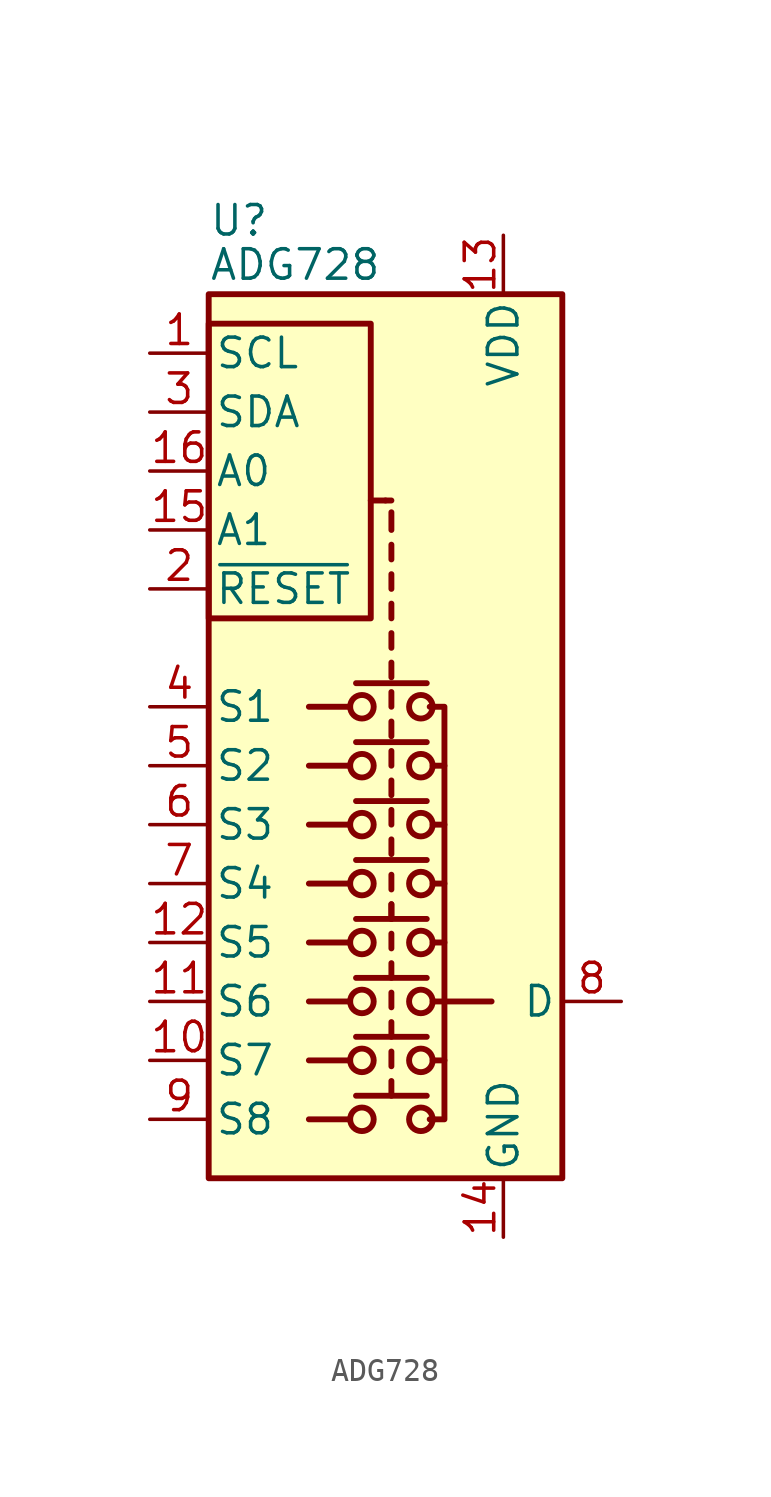
<source format=kicad_sym>
(kicad_symbol_lib
  (version 20211014)
  (generator kicad_symbol_editor)
  (symbol "ADG728"
    (pin_names
      (offset 0.254))
    (property "Reference" "U"
      (at -7.62 23.495 0)
      (effects (font (size 1.27 1.27)) (justify left)))
    (property "Value" "ADG728"
      (at -7.62 21.59 0)
      (effects (font (size 1.27 1.27)) (justify left)))
    (symbol "ADG728_0_1"
      (rectangle (start -7.62 6.35) (end -0.635 19.05) (stroke (width 0.254) (type default) (color 0 0 0 0)) (fill (type none)))
      (rectangle (start -7.62 20.32) (end 7.62 -17.78) (stroke (width 0.254) (type default) (color 0 0 0 0)) (fill (type background)))
      (circle (center -1.016 -15.24) (radius 0.508) (stroke (width 0.254) (type default) (color 0 0 0 0)) (fill (type none)))
      (circle (center -1.016 -12.7) (radius 0.508) (stroke (width 0.254) (type default) (color 0 0 0 0)) (fill (type none)))
      (circle (center -1.016 -10.16) (radius 0.508) (stroke (width 0.254) (type default) (color 0 0 0 0)) (fill (type none)))
      (circle (center -1.016 -7.62) (radius 0.508) (stroke (width 0.254) (type default) (color 0 0 0 0)) (fill (type none)))
      (circle (center -1.016 -5.08) (radius 0.508) (stroke (width 0.254) (type default) (color 0 0 0 0)) (fill (type none)))
      (circle (center -1.016 -2.54) (radius 0.508) (stroke (width 0.254) (type default) (color 0 0 0 0)) (fill (type none)))
      (circle (center -1.016 0) (radius 0.508) (stroke (width 0.254) (type default) (color 0 0 0 0)) (fill (type none)))
      (circle (center -1.016 2.54) (radius 0.508) (stroke (width 0.254) (type default) (color 0 0 0 0)) (fill (type none)))
      (polyline (pts (xy -1.524 -15.24) (xy -3.302 -15.24)) (stroke (width 0.254) (type default) (color 0 0 0 0)) (fill (type none)))
      (polyline (pts (xy -1.524 -12.7) (xy -3.302 -12.7)) (stroke (width 0.254) (type default) (color 0 0 0 0)) (fill (type none)))
      (polyline (pts (xy -1.524 -10.16) (xy -3.302 -10.16)) (stroke (width 0.254) (type default) (color 0 0 0 0)) (fill (type none)))
      (polyline (pts (xy -1.524 -7.62) (xy -3.302 -7.62)) (stroke (width 0.254) (type default) (color 0 0 0 0)) (fill (type none)))
      (polyline (pts (xy -1.524 -5.08) (xy -3.302 -5.08)) (stroke (width 0.254) (type default) (color 0 0 0 0)) (fill (type none)))
      (polyline (pts (xy -1.524 -2.54) (xy -3.302 -2.54)) (stroke (width 0.254) (type default) (color 0 0 0 0)) (fill (type none)))
      (polyline (pts (xy -1.524 0) (xy -3.302 0)) (stroke (width 0.254) (type default) (color 0 0 0 0)) (fill (type none)))
      (polyline (pts (xy -1.524 2.54) (xy -3.302 2.54)) (stroke (width 0.254) (type default) (color 0 0 0 0)) (fill (type none)))
      (polyline (pts (xy -1.27 -14.224) (xy 1.778 -14.224)) (stroke (width 0.254) (type default) (color 0 0 0 0)) (fill (type none)))
      (polyline (pts (xy -1.27 -11.684) (xy 1.778 -11.684)) (stroke (width 0.254) (type default) (color 0 0 0 0)) (fill (type none)))
      (polyline (pts (xy -1.27 -9.144) (xy 1.778 -9.144)) (stroke (width 0.254) (type default) (color 0 0 0 0)) (fill (type none)))
      (polyline (pts (xy -1.27 -6.604) (xy 1.778 -6.604)) (stroke (width 0.254) (type default) (color 0 0 0 0)) (fill (type none)))
      (polyline (pts (xy -1.27 -4.064) (xy 1.778 -4.064)) (stroke (width 0.254) (type default) (color 0 0 0 0)) (fill (type none)))
      (polyline (pts (xy -1.27 -1.524) (xy 1.778 -1.524)) (stroke (width 0.254) (type default) (color 0 0 0 0)) (fill (type none)))
      (polyline (pts (xy -1.27 1.016) (xy 1.778 1.016)) (stroke (width 0.254) (type default) (color 0 0 0 0)) (fill (type none)))
      (polyline (pts (xy -1.27 3.556) (xy 1.778 3.556)) (stroke (width 0.254) (type default) (color 0 0 0 0)) (fill (type none)))
      (polyline (pts (xy -0.635 11.43) (xy 0 11.43)) (stroke (width 0.254) (type default) (color 0 0 0 0)) (fill (type none)))
      (polyline (pts (xy 0.254 -14.224) (xy 0.254 -13.589)) (stroke (width 0.254) (type default) (color 0 0 0 0)) (fill (type none)))
      (polyline (pts (xy 0.254 -12.954) (xy 0.254 -12.319)) (stroke (width 0.254) (type default) (color 0 0 0 0)) (fill (type none)))
      (polyline (pts (xy 0.254 -11.684) (xy 0.254 -11.049)) (stroke (width 0.254) (type default) (color 0 0 0 0)) (fill (type none)))
      (polyline (pts (xy 0.254 -10.414) (xy 0.254 -9.779)) (stroke (width 0.254) (type default) (color 0 0 0 0)) (fill (type none)))
      (polyline (pts (xy 0.254 -9.144) (xy 0.254 -8.509)) (stroke (width 0.254) (type default) (color 0 0 0 0)) (fill (type none)))
      (polyline (pts (xy 0.254 -7.874) (xy 0.254 -7.239)) (stroke (width 0.254) (type default) (color 0 0 0 0)) (fill (type none)))
      (polyline (pts (xy 0.254 -6.604) (xy 0.254 -5.969)) (stroke (width 0.254) (type default) (color 0 0 0 0)) (fill (type none)))
      (polyline (pts (xy 0.254 -6.604) (xy 0.254 -5.969)) (stroke (width 0.254) (type default) (color 0 0 0 0)) (fill (type none)))
      (polyline (pts (xy 0.254 -5.334) (xy 0.254 -4.699)) (stroke (width 0.254) (type default) (color 0 0 0 0)) (fill (type none)))
      (polyline (pts (xy 0.254 -3.81) (xy 0.254 -3.175)) (stroke (width 0.254) (type default) (color 0 0 0 0)) (fill (type none)))
      (polyline (pts (xy 0.254 -2.54) (xy 0.254 -1.905)) (stroke (width 0.254) (type default) (color 0 0 0 0)) (fill (type none)))
      (polyline (pts (xy 0.254 -1.27) (xy 0.254 -0.635)) (stroke (width 0.254) (type default) (color 0 0 0 0)) (fill (type none)))
      (polyline (pts (xy 0.254 0) (xy 0.254 0.635)) (stroke (width 0.254) (type default) (color 0 0 0 0)) (fill (type none)))
      (polyline (pts (xy 0.254 1.27) (xy 0.254 1.905)) (stroke (width 0.254) (type default) (color 0 0 0 0)) (fill (type none)))
      (polyline (pts (xy 0.254 2.54) (xy 0.254 3.175)) (stroke (width 0.254) (type default) (color 0 0 0 0)) (fill (type none)))
      (polyline (pts (xy 0.254 3.81) (xy 0.254 4.445)) (stroke (width 0.254) (type default) (color 0 0 0 0)) (fill (type none)))
      (polyline (pts (xy 0.254 5.08) (xy 0.254 5.715)) (stroke (width 0.254) (type default) (color 0 0 0 0)) (fill (type none)))
      (polyline (pts (xy 0.254 6.35) (xy 0.254 6.985)) (stroke (width 0.254) (type default) (color 0 0 0 0)) (fill (type none)))
      (polyline (pts (xy 0.254 7.62) (xy 0.254 8.255)) (stroke (width 0.254) (type default) (color 0 0 0 0)) (fill (type none)))
      (polyline (pts (xy 0.254 8.89) (xy 0.254 9.525)) (stroke (width 0.254) (type default) (color 0 0 0 0)) (fill (type none)))
      (polyline (pts (xy 0.254 10.16) (xy 0.254 10.922)) (stroke (width 0.254) (type default) (color 0 0 0 0)) (fill (type none)))
      (polyline (pts (xy 0.254 11.43) (xy 0 11.43)) (stroke (width 0.254) (type default) (color 0 0 0 0)) (fill (type none)))
      (polyline (pts (xy 2.032 -12.7) (xy 2.54 -12.7)) (stroke (width 0.254) (type default) (color 0 0 0 0)) (fill (type none)))
      (polyline (pts (xy 2.032 -10.16) (xy 2.54 -10.16)) (stroke (width 0.254) (type default) (color 0 0 0 0)) (fill (type none)))
      (polyline (pts (xy 2.032 -7.62) (xy 2.54 -7.62)) (stroke (width 0.254) (type default) (color 0 0 0 0)) (fill (type none)))
      (polyline (pts (xy 2.032 -5.08) (xy 2.54 -5.08)) (stroke (width 0.254) (type default) (color 0 0 0 0)) (fill (type none)))
      (polyline (pts (xy 2.032 -2.54) (xy 2.54 -2.54)) (stroke (width 0.254) (type default) (color 0 0 0 0)) (fill (type none)))
      (polyline (pts (xy 2.032 0) (xy 2.54 0)) (stroke (width 0.254) (type default) (color 0 0 0 0)) (fill (type none)))
      (polyline (pts (xy 4.572 -10.16) (xy 2.54 -10.16)) (stroke (width 0.254) (type default) (color 0 0 0 0)) (fill (type none)))
      (polyline (pts (xy 1.905 2.54) (xy 2.54 2.54) (xy 2.54 -15.24) (xy 1.905 -15.24)) (stroke (width 0.254) (type default) (color 0 0 0 0)) (fill (type none)))
      (circle (center 1.524 -15.24) (radius 0.508) (stroke (width 0.254) (type default) (color 0 0 0 0)) (fill (type none)))
      (circle (center 1.524 -12.7) (radius 0.508) (stroke (width 0.254) (type default) (color 0 0 0 0)) (fill (type none)))
      (circle (center 1.524 -10.16) (radius 0.508) (stroke (width 0.254) (type default) (color 0 0 0 0)) (fill (type none)))
      (circle (center 1.524 -7.62) (radius 0.508) (stroke (width 0.254) (type default) (color 0 0 0 0)) (fill (type none)))
      (circle (center 1.524 -5.08) (radius 0.508) (stroke (width 0.254) (type default) (color 0 0 0 0)) (fill (type none)))
      (circle (center 1.524 -2.54) (radius 0.508) (stroke (width 0.254) (type default) (color 0 0 0 0)) (fill (type none)))
      (circle (center 1.524 0) (radius 0.508) (stroke (width 0.254) (type default) (color 0 0 0 0)) (fill (type none)))
      (circle (center 1.524 2.54) (radius 0.508) (stroke (width 0.254) (type default) (color 0 0 0 0)) (fill (type none))))
    (symbol "ADG728_1_1"
      (pin input line (at -10.16 17.78 0) (length 2.54) (name "SCL" (effects (font (size 1.27 1.27)))) (number "1" (effects (font (size 1.27 1.27)))))
      (pin bidirectional line (at -10.16 -12.7 0) (length 2.54) (name "S7" (effects (font (size 1.27 1.27)))) (number "10" (effects (font (size 1.27 1.27)))))
      (pin bidirectional line (at -10.16 -10.16 0) (length 2.54) (name "S6" (effects (font (size 1.27 1.27)))) (number "11" (effects (font (size 1.27 1.27)))))
      (pin bidirectional line (at -10.16 -7.62 0) (length 2.54) (name "S5" (effects (font (size 1.27 1.27)))) (number "12" (effects (font (size 1.27 1.27)))))
      (pin power_in line (at 5.08 22.86 270) (length 2.54) (name "VDD" (effects (font (size 1.27 1.27)))) (number "13" (effects (font (size 1.27 1.27)))))
      (pin power_in line (at 5.08 -20.32 90) (length 2.54) (name "GND" (effects (font (size 1.27 1.27)))) (number "14" (effects (font (size 1.27 1.27)))))
      (pin input line (at -10.16 10.16 0) (length 2.54) (name "A1" (effects (font (size 1.27 1.27)))) (number "15" (effects (font (size 1.27 1.27)))))
      (pin input line (at -10.16 12.7 0) (length 2.54) (name "A0" (effects (font (size 1.27 1.27)))) (number "16" (effects (font (size 1.27 1.27)))))
      (pin input line (at -10.16 7.62 0) (length 2.54) (name "~{RESET}" (effects (font (size 1.27 1.27)))) (number "2" (effects (font (size 1.27 1.27)))))
      (pin bidirectional line (at -10.16 15.24 0) (length 2.54) (name "SDA" (effects (font (size 1.27 1.27)))) (number "3" (effects (font (size 1.27 1.27)))))
      (pin bidirectional line (at -10.16 2.54 0) (length 2.54) (name "S1" (effects (font (size 1.27 1.27)))) (number "4" (effects (font (size 1.27 1.27)))))
      (pin bidirectional line (at -10.16 0 0) (length 2.54) (name "S2" (effects (font (size 1.27 1.27)))) (number "5" (effects (font (size 1.27 1.27)))))
      (pin bidirectional line (at -10.16 -2.54 0) (length 2.54) (name "S3" (effects (font (size 1.27 1.27)))) (number "6" (effects (font (size 1.27 1.27)))))
      (pin bidirectional line (at -10.16 -5.08 0) (length 2.54) (name "S4" (effects (font (size 1.27 1.27)))) (number "7" (effects (font (size 1.27 1.27)))))
      (pin bidirectional line (at 10.16 -10.16 180) (length 2.54) (name "D" (effects (font (size 1.27 1.27)))) (number "8" (effects (font (size 1.27 1.27)))))
      (pin bidirectional line (at -10.16 -15.24 0) (length 2.54) (name "S8" (effects (font (size 1.27 1.27)))) (number "9" (effects (font (size 1.27 1.27))))))))
</source>
